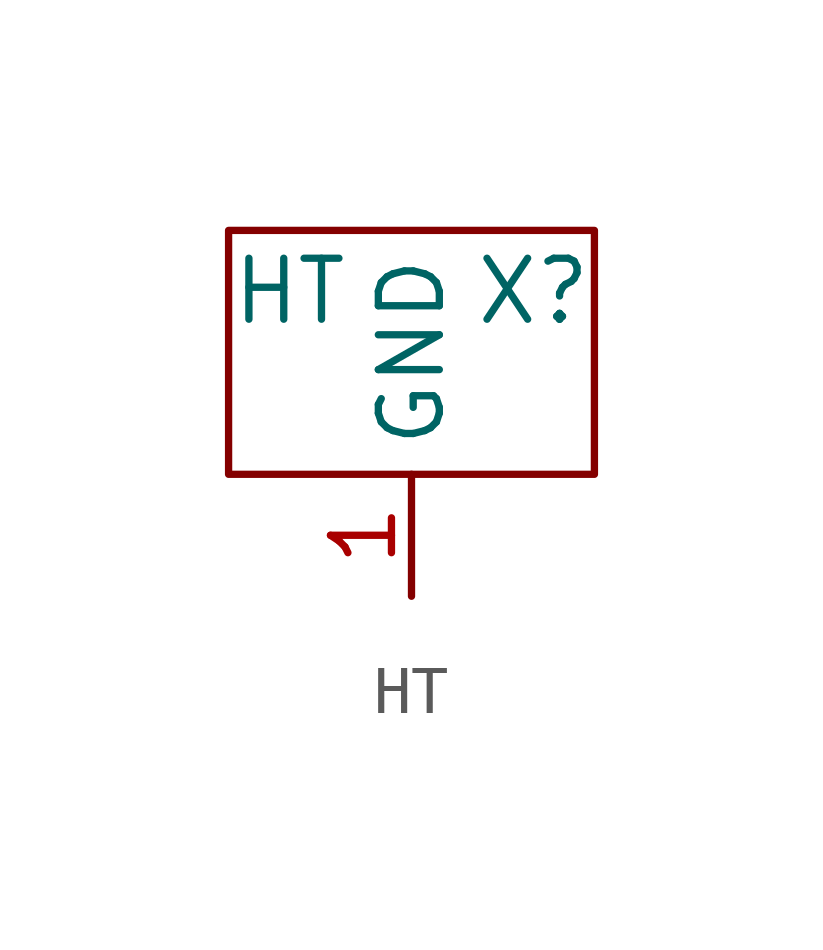
<source format=kicad_sym>
(kicad_symbol_lib
  (version 20211014)
  (generator kicad_symbol_editor)
  (symbol "HT"
    (property "Reference" "X"
      (at 2.54 1.27 0)
      (effects (font (size 1.27 1.27))))
    (property "Value" "HT"
      (at -2.54 1.27 0)
      (effects (font (size 1.27 1.27))))
    (symbol "HT_0_1"
      (rectangle (start -3.81 2.54) (end 3.81 -2.54) (stroke (width 0) (type default) (color 0 0 0 0)) (fill (type none))))
    (symbol "HT_1_1"
      (pin input line (at 0 -5.08 90) (length 2.54) (name "GND" (effects (font (size 1.27 1.27)))) (number "1" (effects (font (size 1.27 1.27))))))))
</source>
